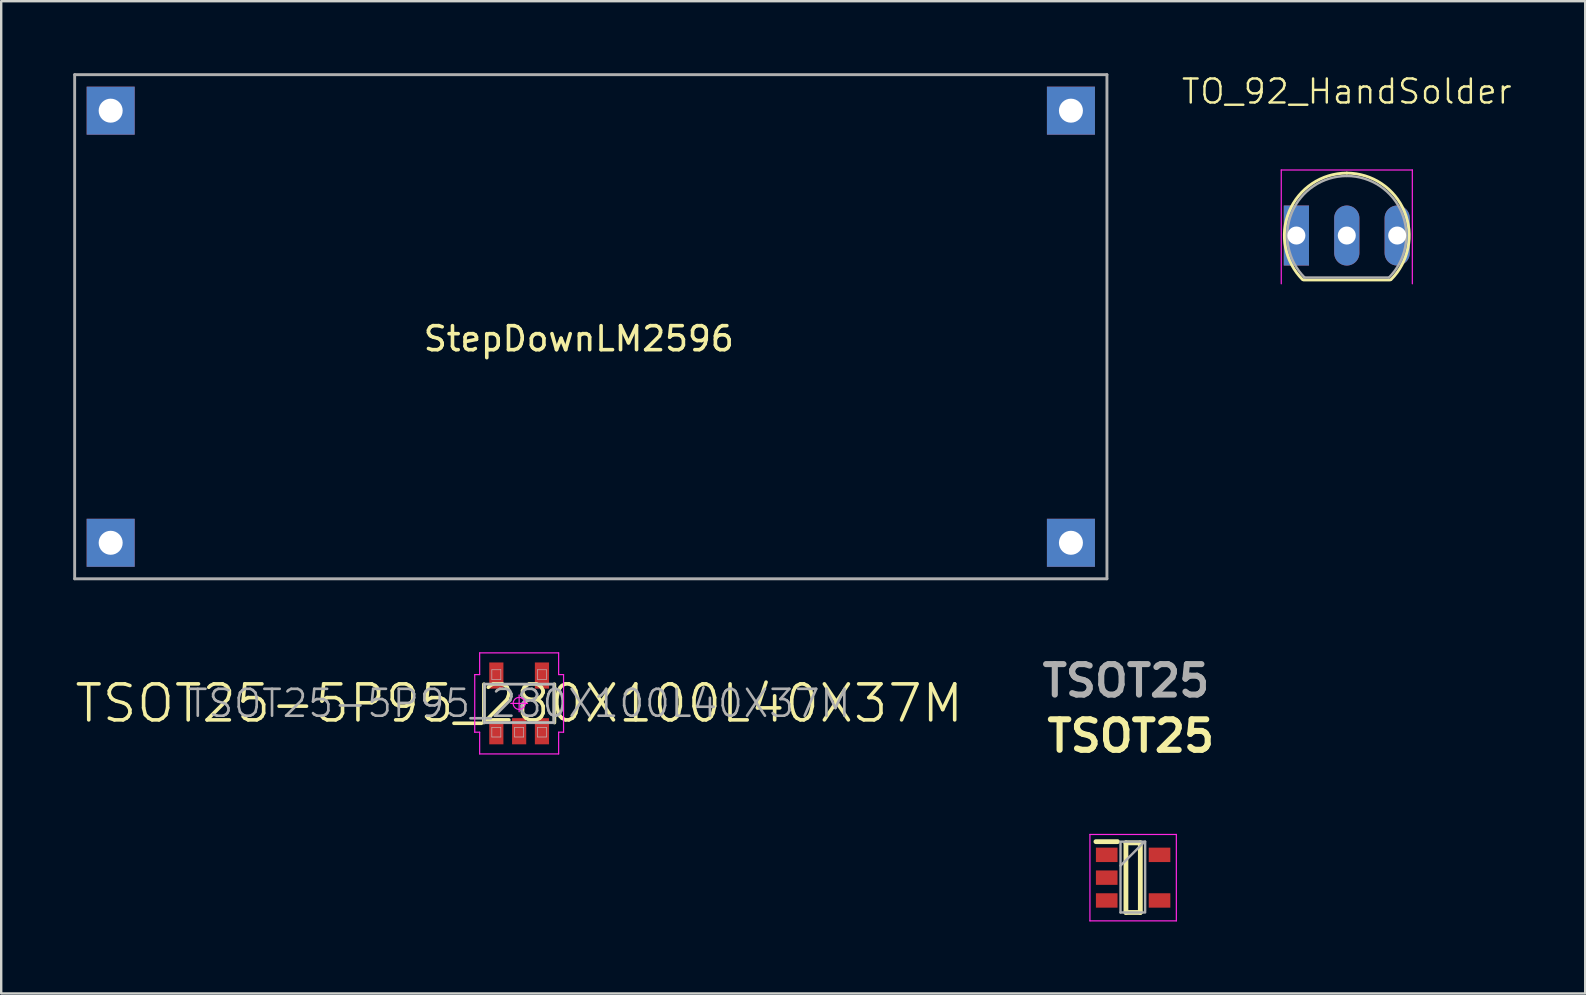
<source format=kicad_pcb>
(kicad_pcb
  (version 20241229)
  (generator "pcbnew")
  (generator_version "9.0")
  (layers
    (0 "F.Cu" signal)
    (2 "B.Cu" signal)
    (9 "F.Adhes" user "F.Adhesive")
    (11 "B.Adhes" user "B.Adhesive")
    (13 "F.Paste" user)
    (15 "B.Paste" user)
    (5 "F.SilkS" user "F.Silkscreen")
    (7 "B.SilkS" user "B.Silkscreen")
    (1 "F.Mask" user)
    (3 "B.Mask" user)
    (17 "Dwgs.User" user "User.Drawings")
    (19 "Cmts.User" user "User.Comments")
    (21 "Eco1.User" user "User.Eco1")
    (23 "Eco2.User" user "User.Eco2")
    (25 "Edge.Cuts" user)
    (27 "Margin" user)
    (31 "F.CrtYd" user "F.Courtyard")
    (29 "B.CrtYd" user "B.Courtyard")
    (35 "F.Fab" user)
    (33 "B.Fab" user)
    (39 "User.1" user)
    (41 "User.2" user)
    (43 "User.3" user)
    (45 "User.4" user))
  (footprint "StepDownLM2596"
    (layer "F.Cu")
    (at 21.06 10.56)
    (property "Reference" "StepDownLM2596" (at 0 0.5 0) (layer "F.SilkS") (effects (font (size 1 1) (thickness 0.15))))
    (attr through_hole)
    (fp_line (start -21 -10.5) (end -21 10.5) (stroke (width 0.12) (type solid)) (layer "B.Paste"))
    (fp_line (start -21 -10.5) (end 22 -10.5) (stroke (width 0.12) (type solid)) (layer "B.Paste"))
    (fp_line (start -21 10.5) (end 22 10.5) (stroke (width 0.12) (type solid)) (layer "B.Paste"))
    (fp_line (start 22 -10.5) (end 22 10.5) (stroke (width 0.12) (type solid)) (layer "B.Paste"))
    (fp_line (start -21 -10.5) (end -21 10.5) (stroke (width 0.12) (type solid)) (layer "F.Fab"))
    (fp_line (start -21 10.5) (end 22 10.5) (stroke (width 0.12) (type solid)) (layer "F.Fab"))
    (fp_line (start 22 -10.5) (end -21 -10.5) (stroke (width 0.12) (type solid)) (layer "F.Fab"))
    (fp_line (start 22 -10.5) (end 22 10.5) (stroke (width 0.12) (type solid)) (layer "F.Fab"))
    (pad "1" thru_hole rect (at -19.5 -9) (size 2 2) (drill 1) (layers "*.Cu" "*.Mask"))
    (pad "2" thru_hole rect (at -19.5 9) (size 2 2) (drill 1) (layers "*.Cu" "*.Mask"))
    (pad "3" thru_hole rect (at 20.5 -9) (size 2 2) (drill 1) (layers "*.Cu" "*.Mask"))
    (pad "4" thru_hole rect (at 20.5 9) (size 2 2) (drill 1) (layers "*.Cu" "*.Mask")))
  (footprint "TSOT25"
    (layer "F.Cu")
    (at 44.151 33.509)
    (property "Reference" "TSOT25" (at -0.1 -5.9 0) (layer "F.SilkS") (effects (font (size 1.27 1.27) (thickness 0.254))))
    (attr smd)
    (fp_line (start -1.55 -1.5) (end -0.65 -1.5) (stroke (width 0.2) (type solid)) (layer "F.SilkS"))
    (fp_line (start -0.3 -1.45) (end 0.3 -1.45) (stroke (width 0.2) (type solid)) (layer "F.SilkS"))
    (fp_line (start -0.3 1.45) (end -0.3 -1.45) (stroke (width 0.2) (type solid)) (layer "F.SilkS"))
    (fp_line (start 0.3 -1.45) (end 0.3 1.45) (stroke (width 0.2) (type solid)) (layer "F.SilkS"))
    (fp_line (start 0.3 1.45) (end -0.3 1.45) (stroke (width 0.2) (type solid)) (layer "F.SilkS"))
    (fp_line (start -1.8 -1.8) (end 1.8 -1.8) (stroke (width 0.05) (type solid)) (layer "F.CrtYd"))
    (fp_line (start -1.8 1.8) (end -1.8 -1.8) (stroke (width 0.05) (type solid)) (layer "F.CrtYd"))
    (fp_line (start 1.8 -1.8) (end 1.8 1.8) (stroke (width 0.05) (type solid)) (layer "F.CrtYd"))
    (fp_line (start 1.8 1.8) (end -1.8 1.8) (stroke (width 0.05) (type solid)) (layer "F.CrtYd"))
    (fp_line (start -0.525 -1.5) (end 0.5 -1.5) (stroke (width 0.1) (type solid)) (layer "F.Fab"))
    (fp_line (start -0.525 -0.5) (end 0.425 -1.45) (stroke (width 0.1) (type solid)) (layer "F.Fab"))
    (fp_line (start -0.525 1.45) (end -0.525 -1.45) (stroke (width 0.1) (type solid)) (layer "F.Fab"))
    (fp_line (start 0.5 -1.5) (end 0.5 1.4) (stroke (width 0.1) (type solid)) (layer "F.Fab"))
    (fp_line (start 0.5 1.45) (end -0.525 1.45) (stroke (width 0.1) (type solid)) (layer "F.Fab"))
    (fp_text user "${REFERENCE}" (at -0.3 -8.2 0) (layer "F.Fab") (effects (font (size 1.27 1.27) (thickness 0.254))))
    (pad "1" smd rect (at -1.1 -0.95 90) (size 0.6 0.9) (layers "F.Cu" "F.Mask" "F.Paste"))
    (pad "2" smd rect (at -1.1 0 90) (size 0.6 0.9) (layers "F.Cu" "F.Mask" "F.Paste"))
    (pad "3" smd rect (at -1.1 0.95 90) (size 0.6 0.9) (layers "F.Cu" "F.Mask" "F.Paste"))
    (pad "4" smd rect (at 1.1 0.95 90) (size 0.6 0.9) (layers "F.Cu" "F.Mask" "F.Paste"))
    (pad "5" smd rect (at 1.1 -0.95 90) (size 0.6 0.9) (layers "F.Cu" "F.Mask" "F.Paste")))
  (footprint "TSOT25-5P95_280X100L40X37M"
    (layer "F.Cu")
    (at 18.575 26.25)
    (property "Reference" "TSOT25-5P95_280X100L40X37M" (at 0 0 0) (layer "F.SilkS") (effects (font (size 1.5 1.5) (thickness 0.15))))
    (attr smd)
    (fp_line (start -1.47 0.8) (end -1.47 -0.8) (stroke (width 0.15) (type solid)) (layer "F.SilkS"))
    (fp_line (start 1.47 0.8) (end 1.47 -0.8) (stroke (width 0.15) (type solid)) (layer "F.SilkS"))
    (fp_line (start -1.45 -0.8) (end 1.45 -0.8) (stroke (width 0.025) (type solid)) (layer "Dwgs.User"))
    (fp_line (start -1.45 0.8) (end -1.45 -0.8) (stroke (width 0.025) (type solid)) (layer "Dwgs.User"))
    (fp_line (start -1.137 -1.4) (end -0.762 -1.4) (stroke (width 0.025) (type solid)) (layer "Dwgs.User"))
    (fp_line (start -1.137 -1) (end -1.137 -1.4) (stroke (width 0.025) (type solid)) (layer "Dwgs.User"))
    (fp_line (start -1.137 1) (end -0.762 1) (stroke (width 0.025) (type solid)) (layer "Dwgs.User"))
    (fp_line (start -1.137 1.4) (end -1.137 1) (stroke (width 0.025) (type solid)) (layer "Dwgs.User"))
    (fp_line (start -0.762 -1.4) (end -0.762 -1) (stroke (width 0.025) (type solid)) (layer "Dwgs.User"))
    (fp_line (start -0.762 -1) (end -1.137 -1) (stroke (width 0.025) (type solid)) (layer "Dwgs.User"))
    (fp_line (start -0.762 1) (end -0.762 1.4) (stroke (width 0.025) (type solid)) (layer "Dwgs.User"))
    (fp_line (start -0.762 1.4) (end -1.137 1.4) (stroke (width 0.025) (type solid)) (layer "Dwgs.User"))
    (fp_line (start -0.188 1) (end 0.188 1) (stroke (width 0.025) (type solid)) (layer "Dwgs.User"))
    (fp_line (start -0.188 1.4) (end -0.188 1) (stroke (width 0.025) (type solid)) (layer "Dwgs.User"))
    (fp_line (start 0.188 1) (end 0.188 1.4) (stroke (width 0.025) (type solid)) (layer "Dwgs.User"))
    (fp_line (start 0.188 1.4) (end -0.188 1.4) (stroke (width 0.025) (type solid)) (layer "Dwgs.User"))
    (fp_line (start 0.762 -1.4) (end 1.137 -1.4) (stroke (width 0.025) (type solid)) (layer "Dwgs.User"))
    (fp_line (start 0.762 -1) (end 0.762 -1.4) (stroke (width 0.025) (type solid)) (layer "Dwgs.User"))
    (fp_line (start 0.762 1) (end 1.137 1) (stroke (width 0.025) (type solid)) (layer "Dwgs.User"))
    (fp_line (start 0.762 1.4) (end 0.762 1) (stroke (width 0.025) (type solid)) (layer "Dwgs.User"))
    (fp_line (start 1.137 -1.4) (end 1.137 -1) (stroke (width 0.025) (type solid)) (layer "Dwgs.User"))
    (fp_line (start 1.137 -1) (end 0.762 -1) (stroke (width 0.025) (type solid)) (layer "Dwgs.User"))
    (fp_line (start 1.137 1) (end 1.137 1.4) (stroke (width 0.025) (type solid)) (layer "Dwgs.User"))
    (fp_line (start 1.137 1.4) (end 0.762 1.4) (stroke (width 0.025) (type solid)) (layer "Dwgs.User"))
    (fp_line (start 1.45 -0.8) (end 1.45 0.8) (stroke (width 0.025) (type solid)) (layer "Dwgs.User"))
    (fp_line (start 1.45 0.8) (end -1.45 0.8) (stroke (width 0.025) (type solid)) (layer "Dwgs.User"))
    (fp_line (start -1.85 -1.2) (end -1.85 1.2) (stroke (width 0.05) (type solid)) (layer "F.CrtYd"))
    (fp_line (start -1.85 1.2) (end -1.645 1.2) (stroke (width 0.05) (type solid)) (layer "F.CrtYd"))
    (fp_line (start -1.645 -2.105) (end -1.645 -1.2) (stroke (width 0.05) (type solid)) (layer "F.CrtYd"))
    (fp_line (start -1.645 -1.2) (end -1.85 -1.2) (stroke (width 0.05) (type solid)) (layer "F.CrtYd"))
    (fp_line (start -1.645 1.2) (end -1.645 2.105) (stroke (width 0.05) (type solid)) (layer "F.CrtYd"))
    (fp_line (start -1.645 2.105) (end 1.645 2.105) (stroke (width 0.05) (type solid)) (layer "F.CrtYd"))
    (fp_line (start -0.35 0) (end 0.35 0) (stroke (width 0.05) (type solid)) (layer "F.CrtYd"))
    (fp_line (start 0 -0.35) (end 0 0.35) (stroke (width 0.05) (type solid)) (layer "F.CrtYd"))
    (fp_line (start 1.645 -2.105) (end -1.645 -2.105) (stroke (width 0.05) (type solid)) (layer "F.CrtYd"))
    (fp_line (start 1.645 -1.2) (end 1.645 -2.105) (stroke (width 0.05) (type solid)) (layer "F.CrtYd"))
    (fp_line (start 1.645 1.2) (end 1.85 1.2) (stroke (width 0.05) (type solid)) (layer "F.CrtYd"))
    (fp_line (start 1.645 2.105) (end 1.645 1.2) (stroke (width 0.05) (type solid)) (layer "F.CrtYd"))
    (fp_line (start 1.85 -1.2) (end 1.645 -1.2) (stroke (width 0.05) (type solid)) (layer "F.CrtYd"))
    (fp_line (start 1.85 1.2) (end 1.85 -1.2) (stroke (width 0.05) (type solid)) (layer "F.CrtYd"))
    (fp_circle (center 0 0) (end 0 0.25) (stroke (width 0.05) (type solid)) (fill no) (layer "F.CrtYd"))
    (fp_line (start -1.45 -0.8) (end 1.45 -0.8) (stroke (width 0.12) (type solid)) (layer "F.Fab"))
    (fp_line (start -1.45 0.8) (end -1.45 -0.8) (stroke (width 0.12) (type solid)) (layer "F.Fab"))
    (fp_line (start 1.45 -0.8) (end 1.45 0.8) (stroke (width 0.12) (type solid)) (layer "F.Fab"))
    (fp_line (start 1.45 0.8) (end -1.45 0.8) (stroke (width 0.12) (type solid)) (layer "F.Fab"))
    (fp_text user "${REFERENCE}" (at 0 0 0) (layer "F.Fab") (effects (font (size 1.12 1.12) (thickness 0.11))))
    (pad "1" smd rect (at -0.95 1.16 90) (size 1.09 0.59) (layers "F.Cu" "F.Mask" "F.Paste"))
    (pad "2" smd rect (at 0 1.16 90) (size 1.09 0.59) (layers "F.Cu" "F.Mask" "F.Paste"))
    (pad "3" smd rect (at 0.95 1.16 90) (size 1.09 0.59) (layers "F.Cu" "F.Mask" "F.Paste"))
    (pad "4" smd rect (at 0.95 -1.16 90) (size 1.09 0.59) (layers "F.Cu" "F.Mask" "F.Paste"))
    (pad "5" smd rect (at -0.95 -1.16 90) (size 1.09 0.59) (layers "F.Cu" "F.Mask" "F.Paste")))
  (footprint "TO_92_HandSolder"
    (layer "F.Cu")
    (at 53.051 6.761)
    (property "Reference" "TO_92_HandSolder" (at 0 -6 0) (layer "F.SilkS") (effects (font (size 1 1) (thickness 0.1))))
    (attr through_hole)
    (fp_line (start -1.8 1.85) (end 1.8 1.85) (stroke (width 0.12) (type solid)) (layer "F.SilkS"))
    (fp_arc (start -1.838478 1.838478) (mid -2.402087 -0.994977) (end 0 -2.6) (stroke (width 0.12) (type solid)) (layer "F.SilkS"))
    (fp_arc (start 0 -2.6) (mid 2.402087 -0.994977) (end 1.838478 1.838478) (stroke (width 0.12) (type solid)) (layer "F.SilkS"))
    (fp_line (start -2.73 -2.73) (end -2.73 2.01) (stroke (width 0.05) (type solid)) (layer "F.CrtYd"))
    (fp_line (start -2.73 -2.73) (end 2.73 -2.73) (stroke (width 0.05) (type solid)) (layer "F.CrtYd"))
    (fp_line (start 2.73 2.01) (end 2.73 -2.73) (stroke (width 0.05) (type solid)) (layer "F.CrtYd"))
    (fp_line (start -1.77 1.75) (end 1.73 1.75) (stroke (width 0.1) (type solid)) (layer "F.Fab"))
    (fp_arc (start -1.753625 1.753625) (mid -2.291221 -0.949055) (end 0 -2.48) (stroke (width 0.1) (type solid)) (layer "F.Fab"))
    (fp_arc (start 0 -2.48) (mid 2.291221 -0.949055) (end 1.753625 1.753625) (stroke (width 0.1) (type solid)) (layer "F.Fab"))
    (pad "1" thru_hole rect (at -2.1 0) (size 1.05 2.5) (drill 0.75) (layers "*.Cu" "*.Mask"))
    (pad "2" thru_hole oval (at 0 0) (size 1.05 2.5) (drill 0.75) (layers "*.Cu" "*.Mask"))
    (pad "3" thru_hole oval (at 2.1 0) (size 1.05 2.5) (drill 0.75) (layers "*.Cu" "*.Mask")))
  (gr_rect
    (start -3 -3)
    (end 62.982 38.334)
    (stroke (width 0.1) (type default))
    (fill no)
    (layer "Edge.Cuts")))
</source>
